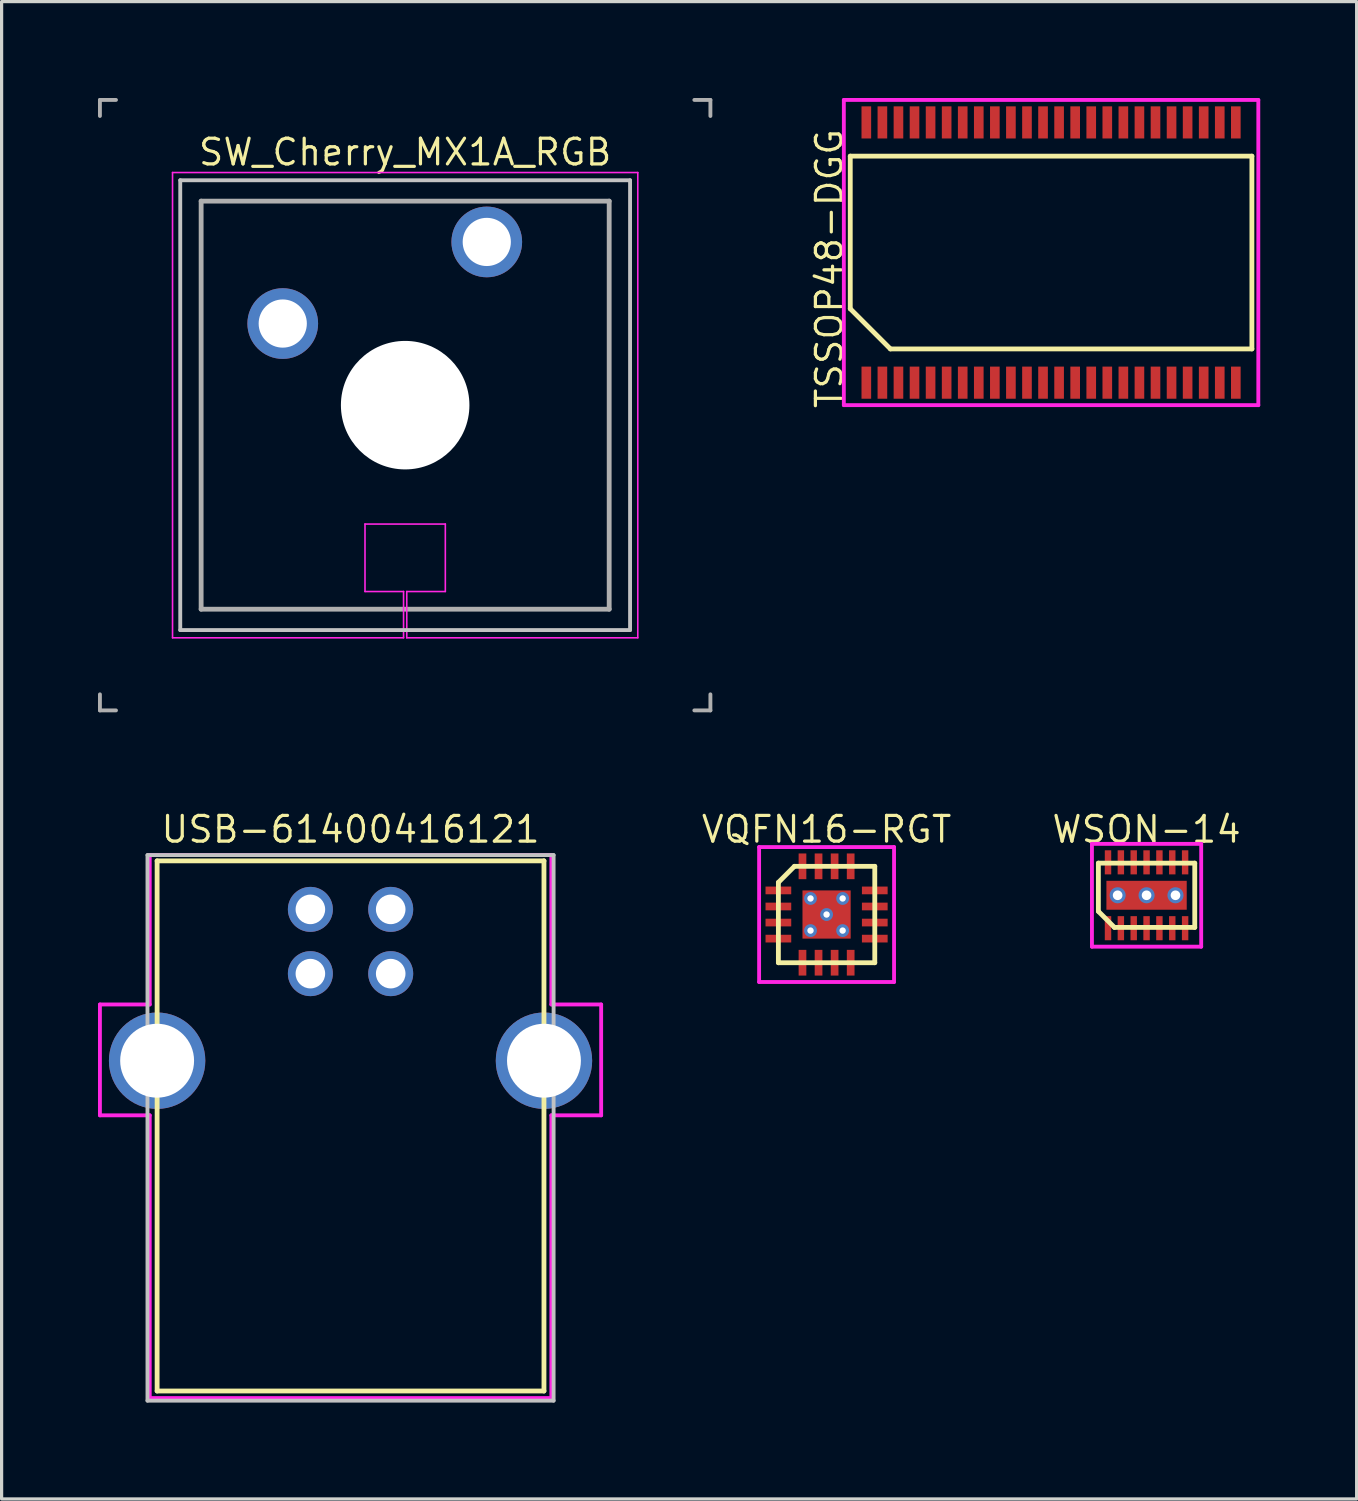
<source format=kicad_pcb>
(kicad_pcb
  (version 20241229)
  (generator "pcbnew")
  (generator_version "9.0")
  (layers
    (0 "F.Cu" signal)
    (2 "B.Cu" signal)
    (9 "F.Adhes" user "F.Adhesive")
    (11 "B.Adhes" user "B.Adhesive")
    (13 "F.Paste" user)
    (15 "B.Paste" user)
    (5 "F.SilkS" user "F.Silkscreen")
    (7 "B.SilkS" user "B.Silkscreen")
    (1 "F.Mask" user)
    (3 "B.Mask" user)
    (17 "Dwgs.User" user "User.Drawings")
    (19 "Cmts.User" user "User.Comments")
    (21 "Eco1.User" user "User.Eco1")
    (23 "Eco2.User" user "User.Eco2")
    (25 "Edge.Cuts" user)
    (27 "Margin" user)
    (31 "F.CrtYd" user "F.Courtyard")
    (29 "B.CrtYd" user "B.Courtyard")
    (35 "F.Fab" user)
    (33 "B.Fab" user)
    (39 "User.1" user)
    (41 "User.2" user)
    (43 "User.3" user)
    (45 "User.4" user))
  (footprint "SW_Cherry_MX1A_RGB"
    (layer "F.Cu")
    (at 9.56 9.56)
    (property "Reference" "SW_Cherry_MX1A_RGB" (at 0 -7.874 0) (layer "F.SilkS") (effects (font (size 0.8 0.8) (thickness 0.1))))
    (attr through_hole)
    (fp_line (start -7 -7) (end 7 -7) (stroke (width 0.12) (type solid)) (layer "Dwgs.User"))
    (fp_line (start -7 7) (end -7 -7) (stroke (width 0.12) (type solid)) (layer "Dwgs.User"))
    (fp_line (start 7 -7) (end 7 7) (stroke (width 0.12) (type solid)) (layer "Dwgs.User"))
    (fp_line (start 7 7) (end -7 7) (stroke (width 0.12) (type solid)) (layer "Dwgs.User"))
    (fp_line (start -7.24 -7.24) (end 7.24 -7.24) (stroke (width 0.05) (type solid)) (layer "F.CrtYd"))
    (fp_line (start -7.24 7.24) (end -7.24 -7.24) (stroke (width 0.05) (type solid)) (layer "F.CrtYd"))
    (fp_line (start -7.24 7.24) (end -0.05 7.24) (stroke (width 0.05) (type solid)) (layer "F.CrtYd"))
    (fp_line (start -1.25 3.7) (end -1.25 5.8) (stroke (width 0.05) (type solid)) (layer "F.CrtYd"))
    (fp_line (start -1.25 3.7) (end 1.25 3.7) (stroke (width 0.05) (type solid)) (layer "F.CrtYd"))
    (fp_line (start -1.25 5.8) (end -0.05 5.8) (stroke (width 0.05) (type solid)) (layer "F.CrtYd"))
    (fp_line (start -0.05 5.8) (end -0.05 7.24) (stroke (width 0.05) (type solid)) (layer "F.CrtYd"))
    (fp_line (start 0.05 5.8) (end 0.05 7.24) (stroke (width 0.05) (type solid)) (layer "F.CrtYd"))
    (fp_line (start 0.05 7.24) (end 7.24 7.24) (stroke (width 0.05) (type solid)) (layer "F.CrtYd"))
    (fp_line (start 1.25 3.7) (end 1.25 5.8) (stroke (width 0.05) (type solid)) (layer "F.CrtYd"))
    (fp_line (start 1.25 5.8) (end 0.05 5.8) (stroke (width 0.05) (type solid)) (layer "F.CrtYd"))
    (fp_line (start 7.24 -7.24) (end 7.24 7.24) (stroke (width 0.05) (type solid)) (layer "F.CrtYd"))
    (fp_line (start -9.5 -9.5) (end -9 -9.5) (stroke (width 0.12) (type solid)) (layer "F.Fab"))
    (fp_line (start -9.5 -9) (end -9.5 -9.5) (stroke (width 0.12) (type solid)) (layer "F.Fab"))
    (fp_line (start -9.5 9.5) (end -9.5 9) (stroke (width 0.12) (type solid)) (layer "F.Fab"))
    (fp_line (start -9 9.5) (end -9.5 9.5) (stroke (width 0.12) (type solid)) (layer "F.Fab"))
    (fp_line (start -6.35 -6.35) (end 6.35 -6.35) (stroke (width 0.15) (type solid)) (layer "F.Fab"))
    (fp_line (start -6.35 6.35) (end -6.35 -6.35) (stroke (width 0.15) (type solid)) (layer "F.Fab"))
    (fp_line (start 6.35 -6.35) (end 6.35 6.35) (stroke (width 0.15) (type solid)) (layer "F.Fab"))
    (fp_line (start 6.35 6.35) (end -6.35 6.35) (stroke (width 0.15) (type solid)) (layer "F.Fab"))
    (fp_line (start 9 -9.5) (end 9.5 -9.5) (stroke (width 0.12) (type solid)) (layer "F.Fab"))
    (fp_line (start 9.5 -9.5) (end 9.5 -9) (stroke (width 0.12) (type solid)) (layer "F.Fab"))
    (fp_line (start 9.5 9) (end 9.5 9.5) (stroke (width 0.12) (type solid)) (layer "F.Fab"))
    (fp_line (start 9.5 9.5) (end 9 9.5) (stroke (width 0.12) (type solid)) (layer "F.Fab"))
    (pad "" np_thru_hole circle (at 0 0) (size 4 4) (drill 4) (layers "*.Cu" "*.Mask"))
    (pad "1" thru_hole circle (at 2.54 -5.08) (size 2.2 2.2) (drill 1.5) (layers "*.Cu" "*.Mask"))
    (pad "2" thru_hole circle (at -3.81 -2.54) (size 2.2 2.2) (drill 1.5) (layers "*.Cu" "*.Mask")))
  (footprint "WSON-14"
    (layer "F.Cu")
    (at 32.635 24.814)
    (property "Reference" "WSON-14" (at 0 -2.05 0) (layer "F.SilkS") (effects (font (size 0.8 0.8) (thickness 0.1))))
    (attr through_hole)
    (fp_line (start -1.5 -1) (end -1.5 0.5) (stroke (width 0.15) (type solid)) (layer "F.SilkS"))
    (fp_line (start -1.5 -1) (end 1.5 -1) (stroke (width 0.15) (type solid)) (layer "F.SilkS"))
    (fp_line (start -1.5 0.5) (end -1 1) (stroke (width 0.15) (type solid)) (layer "F.SilkS"))
    (fp_line (start -1 1) (end 1.5 1) (stroke (width 0.15) (type solid)) (layer "F.SilkS"))
    (fp_line (start 1.5 -1) (end 1.5 1) (stroke (width 0.15) (type solid)) (layer "F.SilkS"))
    (fp_line (start -1.7 -1.6) (end 1.7 -1.6) (stroke (width 0.12) (type solid)) (layer "F.CrtYd"))
    (fp_line (start -1.7 1.6) (end -1.7 -1.6) (stroke (width 0.12) (type solid)) (layer "F.CrtYd"))
    (fp_line (start 1.7 -1.6) (end 1.7 1.6) (stroke (width 0.12) (type solid)) (layer "F.CrtYd"))
    (fp_line (start 1.7 1.6) (end -1.7 1.6) (stroke (width 0.12) (type solid)) (layer "F.CrtYd"))
    (pad "1" smd rect (at -1.2 1.025) (size 0.2 0.75) (layers "F.Cu" "F.Mask" "F.Paste"))
    (pad "2" smd rect (at -0.8 1.025) (size 0.2 0.75) (layers "F.Cu" "F.Mask" "F.Paste"))
    (pad "3" smd rect (at -0.4 1.025) (size 0.2 0.75) (layers "F.Cu" "F.Mask" "F.Paste"))
    (pad "4" smd rect (at 0 1.025) (size 0.2 0.75) (layers "F.Cu" "F.Mask" "F.Paste"))
    (pad "5" smd rect (at 0.4 1.025) (size 0.2 0.75) (layers "F.Cu" "F.Mask" "F.Paste"))
    (pad "6" smd rect (at 0.8 1.025) (size 0.2 0.75) (layers "F.Cu" "F.Mask" "F.Paste"))
    (pad "7" smd rect (at 1.2 1.025) (size 0.2 0.75) (layers "F.Cu" "F.Mask" "F.Paste"))
    (pad "8" smd rect (at 1.2 -1.025) (size 0.2 0.75) (layers "F.Cu" "F.Mask" "F.Paste"))
    (pad "9" smd rect (at 0.8 -1.025) (size 0.2 0.75) (layers "F.Cu" "F.Mask" "F.Paste"))
    (pad "10" smd rect (at 0.4 -1.025) (size 0.2 0.75) (layers "F.Cu" "F.Mask" "F.Paste"))
    (pad "11" thru_hole circle (at -0.9 0) (size 0.5 0.5) (drill 0.3) (layers "*.Cu" "*.Mask"))
    (pad "11" smd rect (at 0 -1.025) (size 0.2 0.75) (layers "F.Cu" "F.Mask" "F.Paste"))
    (pad "11" thru_hole circle (at 0 0) (size 0.5 0.5) (drill 0.3) (layers "*.Cu" "*.Mask"))
    (pad "11" smd rect (at 0 0) (size 2.5 0.9) (layers "F.Cu" "F.Mask" "F.Paste"))
    (pad "11" thru_hole circle (at 0.9 0) (size 0.5 0.5) (drill 0.3) (layers "*.Cu" "*.Mask"))
    (pad "12" smd rect (at -0.4 -1.025) (size 0.2 0.75) (layers "F.Cu" "F.Mask" "F.Paste"))
    (pad "13" smd rect (at -0.8 -1.025) (size 0.2 0.75) (layers "F.Cu" "F.Mask" "F.Paste"))
    (pad "14" smd rect (at -1.2 -1.025) (size 0.2 0.75) (layers "F.Cu" "F.Mask" "F.Paste")))
  (footprint "VQFN16-RGT"
    (layer "F.Cu")
    (at 22.676 25.413)
    (property "Reference" "VQFN16-RGT" (at 0 -2.65 0) (layer "F.SilkS") (effects (font (size 0.8 0.8) (thickness 0.1))))
    (attr through_hole)
    (fp_line (start -1.5 -1) (end -1 -1.5) (stroke (width 0.15) (type solid)) (layer "F.SilkS"))
    (fp_line (start -1.5 1.5) (end -1.5 -1) (stroke (width 0.15) (type solid)) (layer "F.SilkS"))
    (fp_line (start -1 -1.5) (end 1.5 -1.5) (stroke (width 0.15) (type solid)) (layer "F.SilkS"))
    (fp_line (start 1.5 -1.5) (end 1.5 1.5) (stroke (width 0.15) (type solid)) (layer "F.SilkS"))
    (fp_line (start 1.5 1.5) (end -1.5 1.5) (stroke (width 0.15) (type solid)) (layer "F.SilkS"))
    (fp_line (start -2.1 -2.1) (end -2.1 2.1) (stroke (width 0.12) (type solid)) (layer "F.CrtYd"))
    (fp_line (start -2.1 2.1) (end 2.1 2.1) (stroke (width 0.12) (type solid)) (layer "F.CrtYd"))
    (fp_line (start 2.1 -2.1) (end -2.1 -2.1) (stroke (width 0.12) (type solid)) (layer "F.CrtYd"))
    (fp_line (start 2.1 2.1) (end 2.1 -2.1) (stroke (width 0.12) (type solid)) (layer "F.CrtYd"))
    (pad "1" smd rect (at -1.5 -0.75 90) (size 0.24 0.8) (layers "F.Cu" "F.Mask" "F.Paste"))
    (pad "2" smd rect (at -1.5 -0.25 90) (size 0.24 0.8) (layers "F.Cu" "F.Mask" "F.Paste"))
    (pad "3" smd rect (at -1.5 0.25 90) (size 0.24 0.8) (layers "F.Cu" "F.Mask" "F.Paste"))
    (pad "4" smd rect (at -1.5 0.75 90) (size 0.24 0.8) (layers "F.Cu" "F.Mask" "F.Paste"))
    (pad "5" smd rect (at -0.75 1.5) (size 0.24 0.8) (layers "F.Cu" "F.Mask" "F.Paste"))
    (pad "6" smd rect (at -0.25 1.5) (size 0.24 0.8) (layers "F.Cu" "F.Mask" "F.Paste"))
    (pad "7" smd rect (at 0.25 1.5) (size 0.24 0.8) (layers "F.Cu" "F.Mask" "F.Paste"))
    (pad "8" smd rect (at 0.75 1.5) (size 0.24 0.8) (layers "F.Cu" "F.Mask" "F.Paste"))
    (pad "9" smd rect (at 1.5 0.75 90) (size 0.24 0.8) (layers "F.Cu" "F.Mask" "F.Paste"))
    (pad "10" smd rect (at 1.5 0.25 90) (size 0.24 0.8) (layers "F.Cu" "F.Mask" "F.Paste"))
    (pad "11" smd rect (at 1.5 -0.25 90) (size 0.24 0.8) (layers "F.Cu" "F.Mask" "F.Paste"))
    (pad "12" smd rect (at 1.5 -0.75 90) (size 0.24 0.8) (layers "F.Cu" "F.Mask" "F.Paste"))
    (pad "13" smd rect (at 0.75 -1.5) (size 0.24 0.8) (layers "F.Cu" "F.Mask" "F.Paste"))
    (pad "14" smd rect (at 0.25 -1.5) (size 0.24 0.8) (layers "F.Cu" "F.Mask" "F.Paste"))
    (pad "15" smd rect (at -0.25 -1.5) (size 0.24 0.8) (layers "F.Cu" "F.Mask" "F.Paste"))
    (pad "16" smd rect (at -0.75 -1.5) (size 0.24 0.8) (layers "F.Cu" "F.Mask" "F.Paste"))
    (pad "17" thru_hole circle (at -0.5 -0.5 90) (size 0.4 0.4) (drill 0.2) (layers "*.Cu" "*.Mask"))
    (pad "17" thru_hole circle (at -0.5 0.5 90) (size 0.4 0.4) (drill 0.2) (layers "*.Cu" "*.Mask"))
    (pad "17" thru_hole circle (at 0 0 90) (size 0.4 0.4) (drill 0.2) (layers "*.Cu" "*.Mask"))
    (pad "17" smd rect (at 0 0 90) (size 1.5 1.5) (layers "F.Cu" "F.Mask" "F.Paste"))
    (pad "17" thru_hole circle (at 0.5 -0.5 90) (size 0.4 0.4) (drill 0.2) (layers "*.Cu" "*.Mask"))
    (pad "17" thru_hole circle (at 0.5 0.5 90) (size 0.4 0.4) (drill 0.2) (layers "*.Cu" "*.Mask")))
  (footprint "TSSOP48-DGG"
    (layer "F.Cu")
    (at 29.663 4.81)
    (property "Reference" "TSSOP48-DGG" (at -6.9 0.5 90) (layer "F.SilkS") (effects (font (size 0.8 0.8) (thickness 0.1))))
    (attr smd)
    (fp_line (start -6.25 -3) (end 6.25 -3) (stroke (width 0.15) (type solid)) (layer "F.SilkS"))
    (fp_line (start -6.25 1.75) (end -6.25 -3) (stroke (width 0.15) (type solid)) (layer "F.SilkS"))
    (fp_line (start -6.25 1.75) (end -5 3) (stroke (width 0.15) (type solid)) (layer "F.SilkS"))
    (fp_line (start 6.25 -3) (end 6.25 3) (stroke (width 0.15) (type solid)) (layer "F.SilkS"))
    (fp_line (start 6.25 3) (end -5 3) (stroke (width 0.15) (type solid)) (layer "F.SilkS"))
    (fp_line (start -6.45 -4.75) (end -6.45 4.75) (stroke (width 0.12) (type solid)) (layer "F.CrtYd"))
    (fp_line (start -6.45 4.75) (end 6.45 4.75) (stroke (width 0.12) (type solid)) (layer "F.CrtYd"))
    (fp_line (start 6.45 -4.75) (end -6.45 -4.75) (stroke (width 0.12) (type solid)) (layer "F.CrtYd"))
    (fp_line (start 6.45 4.75) (end 6.45 -4.75) (stroke (width 0.12) (type solid)) (layer "F.CrtYd"))
    (pad "1" smd rect (at -5.75 4.05 180) (size 0.3 1) (layers "F.Cu" "F.Mask" "F.Paste"))
    (pad "2" smd rect (at -5.25 4.05 180) (size 0.3 1) (layers "F.Cu" "F.Mask" "F.Paste"))
    (pad "3" smd rect (at -4.75 4.05 180) (size 0.3 1) (layers "F.Cu" "F.Mask" "F.Paste"))
    (pad "4" smd rect (at -4.25 4.05 180) (size 0.3 1) (layers "F.Cu" "F.Mask" "F.Paste"))
    (pad "5" smd rect (at -3.75 4.05 180) (size 0.3 1) (layers "F.Cu" "F.Mask" "F.Paste"))
    (pad "6" smd rect (at -3.25 4.05 180) (size 0.3 1) (layers "F.Cu" "F.Mask" "F.Paste"))
    (pad "7" smd rect (at -2.75 4.05 180) (size 0.3 1) (layers "F.Cu" "F.Mask" "F.Paste"))
    (pad "8" smd rect (at -2.25 4.05 180) (size 0.3 1) (layers "F.Cu" "F.Mask" "F.Paste"))
    (pad "9" smd rect (at -1.75 4.05 180) (size 0.3 1) (layers "F.Cu" "F.Mask" "F.Paste"))
    (pad "10" smd rect (at -1.25 4.05 180) (size 0.3 1) (layers "F.Cu" "F.Mask" "F.Paste"))
    (pad "11" smd rect (at -0.75 4.05 180) (size 0.3 1) (layers "F.Cu" "F.Mask" "F.Paste"))
    (pad "12" smd rect (at -0.25 4.05 180) (size 0.3 1) (layers "F.Cu" "F.Mask" "F.Paste"))
    (pad "13" smd rect (at 0.25 4.05 180) (size 0.3 1) (layers "F.Cu" "F.Mask" "F.Paste"))
    (pad "14" smd rect (at 0.75 4.05 180) (size 0.3 1) (layers "F.Cu" "F.Mask" "F.Paste"))
    (pad "15" smd rect (at 1.25 4.05 180) (size 0.3 1) (layers "F.Cu" "F.Mask" "F.Paste"))
    (pad "16" smd rect (at 1.75 4.05 180) (size 0.3 1) (layers "F.Cu" "F.Mask" "F.Paste"))
    (pad "17" smd rect (at 2.25 4.05 180) (size 0.3 1) (layers "F.Cu" "F.Mask" "F.Paste"))
    (pad "18" smd rect (at 2.75 4.05 180) (size 0.3 1) (layers "F.Cu" "F.Mask" "F.Paste"))
    (pad "19" smd rect (at 3.25 4.05 180) (size 0.3 1) (layers "F.Cu" "F.Mask" "F.Paste"))
    (pad "20" smd rect (at 3.75 4.05 180) (size 0.3 1) (layers "F.Cu" "F.Mask" "F.Paste"))
    (pad "21" smd rect (at 4.25 4.05 180) (size 0.3 1) (layers "F.Cu" "F.Mask" "F.Paste"))
    (pad "22" smd rect (at 4.75 4.05 180) (size 0.3 1) (layers "F.Cu" "F.Mask" "F.Paste"))
    (pad "23" smd rect (at 5.25 4.05 180) (size 0.3 1) (layers "F.Cu" "F.Mask" "F.Paste"))
    (pad "24" smd rect (at 5.75 4.05 180) (size 0.3 1) (layers "F.Cu" "F.Mask" "F.Paste"))
    (pad "25" smd rect (at 5.75 -4.05) (size 0.3 1) (layers "F.Cu" "F.Mask" "F.Paste"))
    (pad "26" smd rect (at 5.25 -4.05) (size 0.3 1) (layers "F.Cu" "F.Mask" "F.Paste"))
    (pad "27" smd rect (at 4.75 -4.05) (size 0.3 1) (layers "F.Cu" "F.Mask" "F.Paste"))
    (pad "28" smd rect (at 4.25 -4.05) (size 0.3 1) (layers "F.Cu" "F.Mask" "F.Paste"))
    (pad "29" smd rect (at 3.75 -4.05) (size 0.3 1) (layers "F.Cu" "F.Mask" "F.Paste"))
    (pad "30" smd rect (at 3.25 -4.05) (size 0.3 1) (layers "F.Cu" "F.Mask" "F.Paste"))
    (pad "31" smd rect (at 2.75 -4.05) (size 0.3 1) (layers "F.Cu" "F.Mask" "F.Paste"))
    (pad "32" smd rect (at 2.25 -4.05) (size 0.3 1) (layers "F.Cu" "F.Mask" "F.Paste"))
    (pad "33" smd rect (at 1.75 -4.05) (size 0.3 1) (layers "F.Cu" "F.Mask" "F.Paste"))
    (pad "34" smd rect (at 1.25 -4.05) (size 0.3 1) (layers "F.Cu" "F.Mask" "F.Paste"))
    (pad "35" smd rect (at 0.75 -4.05) (size 0.3 1) (layers "F.Cu" "F.Mask" "F.Paste"))
    (pad "36" smd rect (at 0.25 -4.05) (size 0.3 1) (layers "F.Cu" "F.Mask" "F.Paste"))
    (pad "37" smd rect (at -0.25 -4.05) (size 0.3 1) (layers "F.Cu" "F.Mask" "F.Paste"))
    (pad "38" smd rect (at -0.75 -4.05) (size 0.3 1) (layers "F.Cu" "F.Mask" "F.Paste"))
    (pad "39" smd rect (at -1.25 -4.05) (size 0.3 1) (layers "F.Cu" "F.Mask" "F.Paste"))
    (pad "40" smd rect (at -1.75 -4.05) (size 0.3 1) (layers "F.Cu" "F.Mask" "F.Paste"))
    (pad "41" smd rect (at -2.25 -4.05) (size 0.3 1) (layers "F.Cu" "F.Mask" "F.Paste"))
    (pad "42" smd rect (at -2.75 -4.05) (size 0.3 1) (layers "F.Cu" "F.Mask" "F.Paste"))
    (pad "43" smd rect (at -3.25 -4.05) (size 0.3 1) (layers "F.Cu" "F.Mask" "F.Paste"))
    (pad "44" smd rect (at -3.75 -4.05) (size 0.3 1) (layers "F.Cu" "F.Mask" "F.Paste"))
    (pad "45" smd rect (at -4.25 -4.05) (size 0.3 1) (layers "F.Cu" "F.Mask" "F.Paste"))
    (pad "46" smd rect (at -4.75 -4.05) (size 0.3 1) (layers "F.Cu" "F.Mask" "F.Paste"))
    (pad "47" smd rect (at -5.25 -4.05) (size 0.3 1) (layers "F.Cu" "F.Mask" "F.Paste"))
    (pad "48" smd rect (at -5.75 -4.05) (size 0.3 1) (layers "F.Cu" "F.Mask" "F.Paste")))
  (footprint "USB-61400416121"
    (layer "F.Cu")
    (at 7.86 29.963)
    (property "Reference" "USB-61400416121" (at 0 -7.2 0) (layer "F.SilkS") (effects (font (size 0.8 0.8) (thickness 0.1))))
    (attr through_hole)
    (fp_line (start -6.02 -6.22) (end 6.02 -6.22) (stroke (width 0.15) (type solid)) (layer "F.SilkS"))
    (fp_line (start -6.02 10.28) (end -6.02 -6.22) (stroke (width 0.15) (type solid)) (layer "F.SilkS"))
    (fp_line (start -6.02 10.28) (end 6.02 10.28) (stroke (width 0.15) (type solid)) (layer "F.SilkS"))
    (fp_line (start 6.02 10.28) (end 6.02 -6.22) (stroke (width 0.15) (type solid)) (layer "F.SilkS"))
    (fp_line (start -6.32 -6.4) (end -6.32 10.58) (stroke (width 0.12) (type solid)) (layer "Dwgs.User"))
    (fp_line (start -6.32 10.58) (end 6.32 10.58) (stroke (width 0.12) (type solid)) (layer "Dwgs.User"))
    (fp_line (start 6.32 -6.4) (end -6.32 -6.4) (stroke (width 0.12) (type solid)) (layer "Dwgs.User"))
    (fp_line (start 6.32 10.58) (end 6.32 -6.4) (stroke (width 0.12) (type solid)) (layer "Dwgs.User"))
    (fp_line (start -7.8 -1.75) (end -7.8 1.7) (stroke (width 0.12) (type solid)) (layer "F.CrtYd"))
    (fp_line (start -7.8 1.7) (end -6.25 1.7) (stroke (width 0.12) (type solid)) (layer "F.CrtYd"))
    (fp_line (start -6.25 -6.4) (end -6.25 -1.75) (stroke (width 0.12) (type solid)) (layer "F.CrtYd"))
    (fp_line (start -6.25 -1.75) (end -7.8 -1.75) (stroke (width 0.12) (type solid)) (layer "F.CrtYd"))
    (fp_line (start -6.25 1.7) (end -6.25 10.5) (stroke (width 0.12) (type solid)) (layer "F.CrtYd"))
    (fp_line (start -6.25 10.5) (end 6.25 10.5) (stroke (width 0.12) (type solid)) (layer "F.CrtYd"))
    (fp_line (start 6.25 -6.4) (end -6.25 -6.4) (stroke (width 0.12) (type solid)) (layer "F.CrtYd"))
    (fp_line (start 6.25 -6.4) (end 6.25 -1.75) (stroke (width 0.12) (type solid)) (layer "F.CrtYd"))
    (fp_line (start 6.25 1.7) (end 6.25 10.5) (stroke (width 0.12) (type solid)) (layer "F.CrtYd"))
    (fp_line (start 6.25 1.7) (end 7.8 1.7) (stroke (width 0.12) (type solid)) (layer "F.CrtYd"))
    (fp_line (start 7.8 -1.75) (end 6.25 -1.75) (stroke (width 0.12) (type solid)) (layer "F.CrtYd"))
    (fp_line (start 7.8 1.7) (end 7.8 -1.75) (stroke (width 0.12) (type solid)) (layer "F.CrtYd"))
    (pad "1" thru_hole circle (at 1.25 -4.71) (size 1.4 1.4) (drill 0.92) (layers "*.Cu" "*.Mask"))
    (pad "2" thru_hole circle (at -1.25 -4.71) (size 1.4 1.4) (drill 0.92) (layers "*.Cu" "*.Mask"))
    (pad "3" thru_hole circle (at -1.25 -2.71) (size 1.4 1.4) (drill 0.92) (layers "*.Cu" "*.Mask"))
    (pad "4" thru_hole circle (at 1.25 -2.71) (size 1.4 1.4) (drill 0.92) (layers "*.Cu" "*.Mask"))
    (pad "5" thru_hole circle (at -6.02 0 180) (size 3 3) (drill 2.3) (layers "*.Cu" "*.Mask"))
    (pad "5" thru_hole circle (at 6.02 0) (size 3 3) (drill 2.3) (layers "*.Cu" "*.Mask")))
  (gr_rect
    (start -3 -3)
    (end 39.173 43.603)
    (stroke (width 0.1) (type default))
    (fill no)
    (layer "Edge.Cuts")))
</source>
